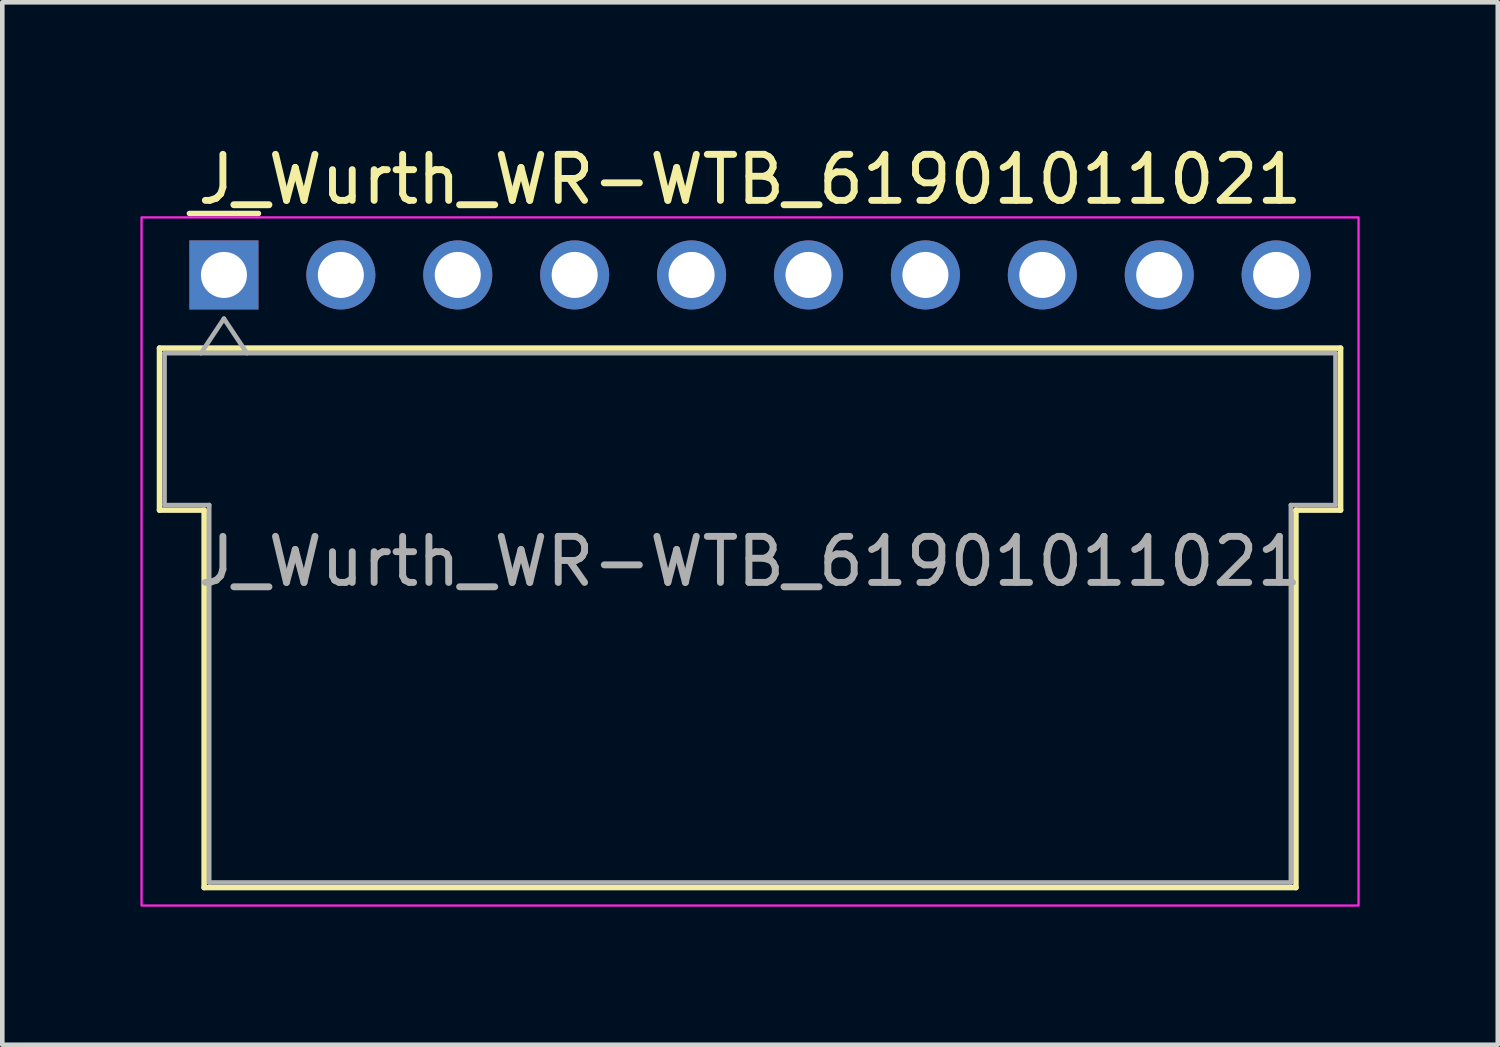
<source format=kicad_pcb>
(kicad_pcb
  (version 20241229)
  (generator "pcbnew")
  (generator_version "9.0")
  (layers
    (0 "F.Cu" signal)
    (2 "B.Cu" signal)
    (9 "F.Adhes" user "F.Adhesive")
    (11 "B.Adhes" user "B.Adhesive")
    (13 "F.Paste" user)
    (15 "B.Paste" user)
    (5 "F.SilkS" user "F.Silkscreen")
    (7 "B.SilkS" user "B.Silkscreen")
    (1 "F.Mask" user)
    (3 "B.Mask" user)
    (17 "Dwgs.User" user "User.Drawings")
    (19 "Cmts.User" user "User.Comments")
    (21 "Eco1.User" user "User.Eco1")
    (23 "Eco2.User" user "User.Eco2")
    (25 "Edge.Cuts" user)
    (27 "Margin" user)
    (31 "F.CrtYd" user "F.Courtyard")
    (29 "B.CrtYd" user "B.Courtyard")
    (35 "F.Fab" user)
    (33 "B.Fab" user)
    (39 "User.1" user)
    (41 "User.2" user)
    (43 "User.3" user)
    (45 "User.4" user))
  (footprint "J_Wurth_WR-WTB_61901011021"
    (layer "F.Cu")
    (at 1.815 2.923)
    (property "Reference" "J_Wurth_WR-WTB_61901011021" (at 11.43 -2.075 0) (unlocked yes) (layer "F.SilkS") (effects (font (size 1 1) (thickness 0.15))))
    (attr through_hole)
    (fp_line (start -1.4 1.59) (end -1.4 5.11) (stroke (width 0.12) (type default)) (layer "F.SilkS"))
    (fp_line (start -1.4 5.11) (end -0.43 5.11) (stroke (width 0.12) (type default)) (layer "F.SilkS"))
    (fp_line (start -0.75 -1.335) (end 0.75 -1.335) (stroke (width 0.12) (type solid)) (layer "F.SilkS"))
    (fp_line (start -0.43 5.11) (end -0.43 13.31) (stroke (width 0.12) (type default)) (layer "F.SilkS"))
    (fp_line (start -0.43 13.31) (end 23.29 13.31) (stroke (width 0.12) (type default)) (layer "F.SilkS"))
    (fp_line (start 23.29 5.11) (end 24.26 5.11) (stroke (width 0.12) (type default)) (layer "F.SilkS"))
    (fp_line (start 23.29 13.31) (end 23.29 5.11) (stroke (width 0.12) (type default)) (layer "F.SilkS"))
    (fp_line (start 24.26 1.59) (end -1.4 1.59) (stroke (width 0.12) (type default)) (layer "F.SilkS"))
    (fp_line (start 24.26 5.11) (end 24.26 1.59) (stroke (width 0.12) (type default)) (layer "F.SilkS"))
    (fp_rect (start -1.79 -1.25) (end 24.65 13.7) (stroke (width 0.05) (type solid)) (fill no) (layer "F.CrtYd"))
    (fp_line (start -1.29 1.7) (end 24.15 1.7) (stroke (width 0.1) (type solid)) (layer "F.Fab"))
    (fp_line (start -1.29 5) (end -1.29 1.7) (stroke (width 0.1) (type solid)) (layer "F.Fab"))
    (fp_line (start -1.29 5) (end -0.32 5) (stroke (width 0.1) (type solid)) (layer "F.Fab"))
    (fp_line (start -0.32 13.2) (end -0.32 5) (stroke (width 0.1) (type solid)) (layer "F.Fab"))
    (fp_line (start -0.32 13.2) (end 23.18 13.2) (stroke (width 0.1) (type solid)) (layer "F.Fab"))
    (fp_line (start 0 0.95) (end -0.5 1.7) (stroke (width 0.1) (type solid)) (layer "F.Fab"))
    (fp_line (start 0 0.95) (end 0.5 1.7) (stroke (width 0.1) (type solid)) (layer "F.Fab"))
    (fp_line (start 23.18 13.2) (end 23.18 5) (stroke (width 0.1) (type solid)) (layer "F.Fab"))
    (fp_line (start 24.15 5) (end 23.18 5) (stroke (width 0.1) (type solid)) (layer "F.Fab"))
    (fp_line (start 24.15 5) (end 24.15 1.7) (stroke (width 0.1) (type solid)) (layer "F.Fab"))
    (fp_text user "${REFERENCE}" (at 11.43 6.225 0) (unlocked yes) (layer "F.Fab") (effects (font (size 1 1) (thickness 0.15))))
    (pad "1" thru_hole rect (at 0 0 180) (size 1.5 1.5) (drill 1) (layers "*.Cu" "*.Mask"))
    (pad "2" thru_hole circle (at 2.54 0 180) (size 1.5 1.5) (drill 1) (layers "*.Cu" "*.Mask"))
    (pad "3" thru_hole circle (at 5.08 0 180) (size 1.5 1.5) (drill 1) (layers "*.Cu" "*.Mask"))
    (pad "4" thru_hole circle (at 7.62 0 180) (size 1.5 1.5) (drill 1) (layers "*.Cu" "*.Mask"))
    (pad "5" thru_hole circle (at 10.16 0 180) (size 1.5 1.5) (drill 1) (layers "*.Cu" "*.Mask"))
    (pad "6" thru_hole circle (at 12.7 0 180) (size 1.5 1.5) (drill 1) (layers "*.Cu" "*.Mask"))
    (pad "7" thru_hole circle (at 15.24 0 180) (size 1.5 1.5) (drill 1) (layers "*.Cu" "*.Mask"))
    (pad "8" thru_hole circle (at 17.78 0 180) (size 1.5 1.5) (drill 1) (layers "*.Cu" "*.Mask"))
    (pad "9" thru_hole circle (at 20.32 0 180) (size 1.5 1.5) (drill 1) (layers "*.Cu" "*.Mask"))
    (pad "10" thru_hole circle (at 22.86 0 180) (size 1.5 1.5) (drill 1) (layers "*.Cu" "*.Mask")))
  (gr_rect
    (start -3 -3)
    (end 29.49 19.648)
    (stroke (width 0.1) (type default))
    (fill no)
    (layer "Edge.Cuts")))
</source>
